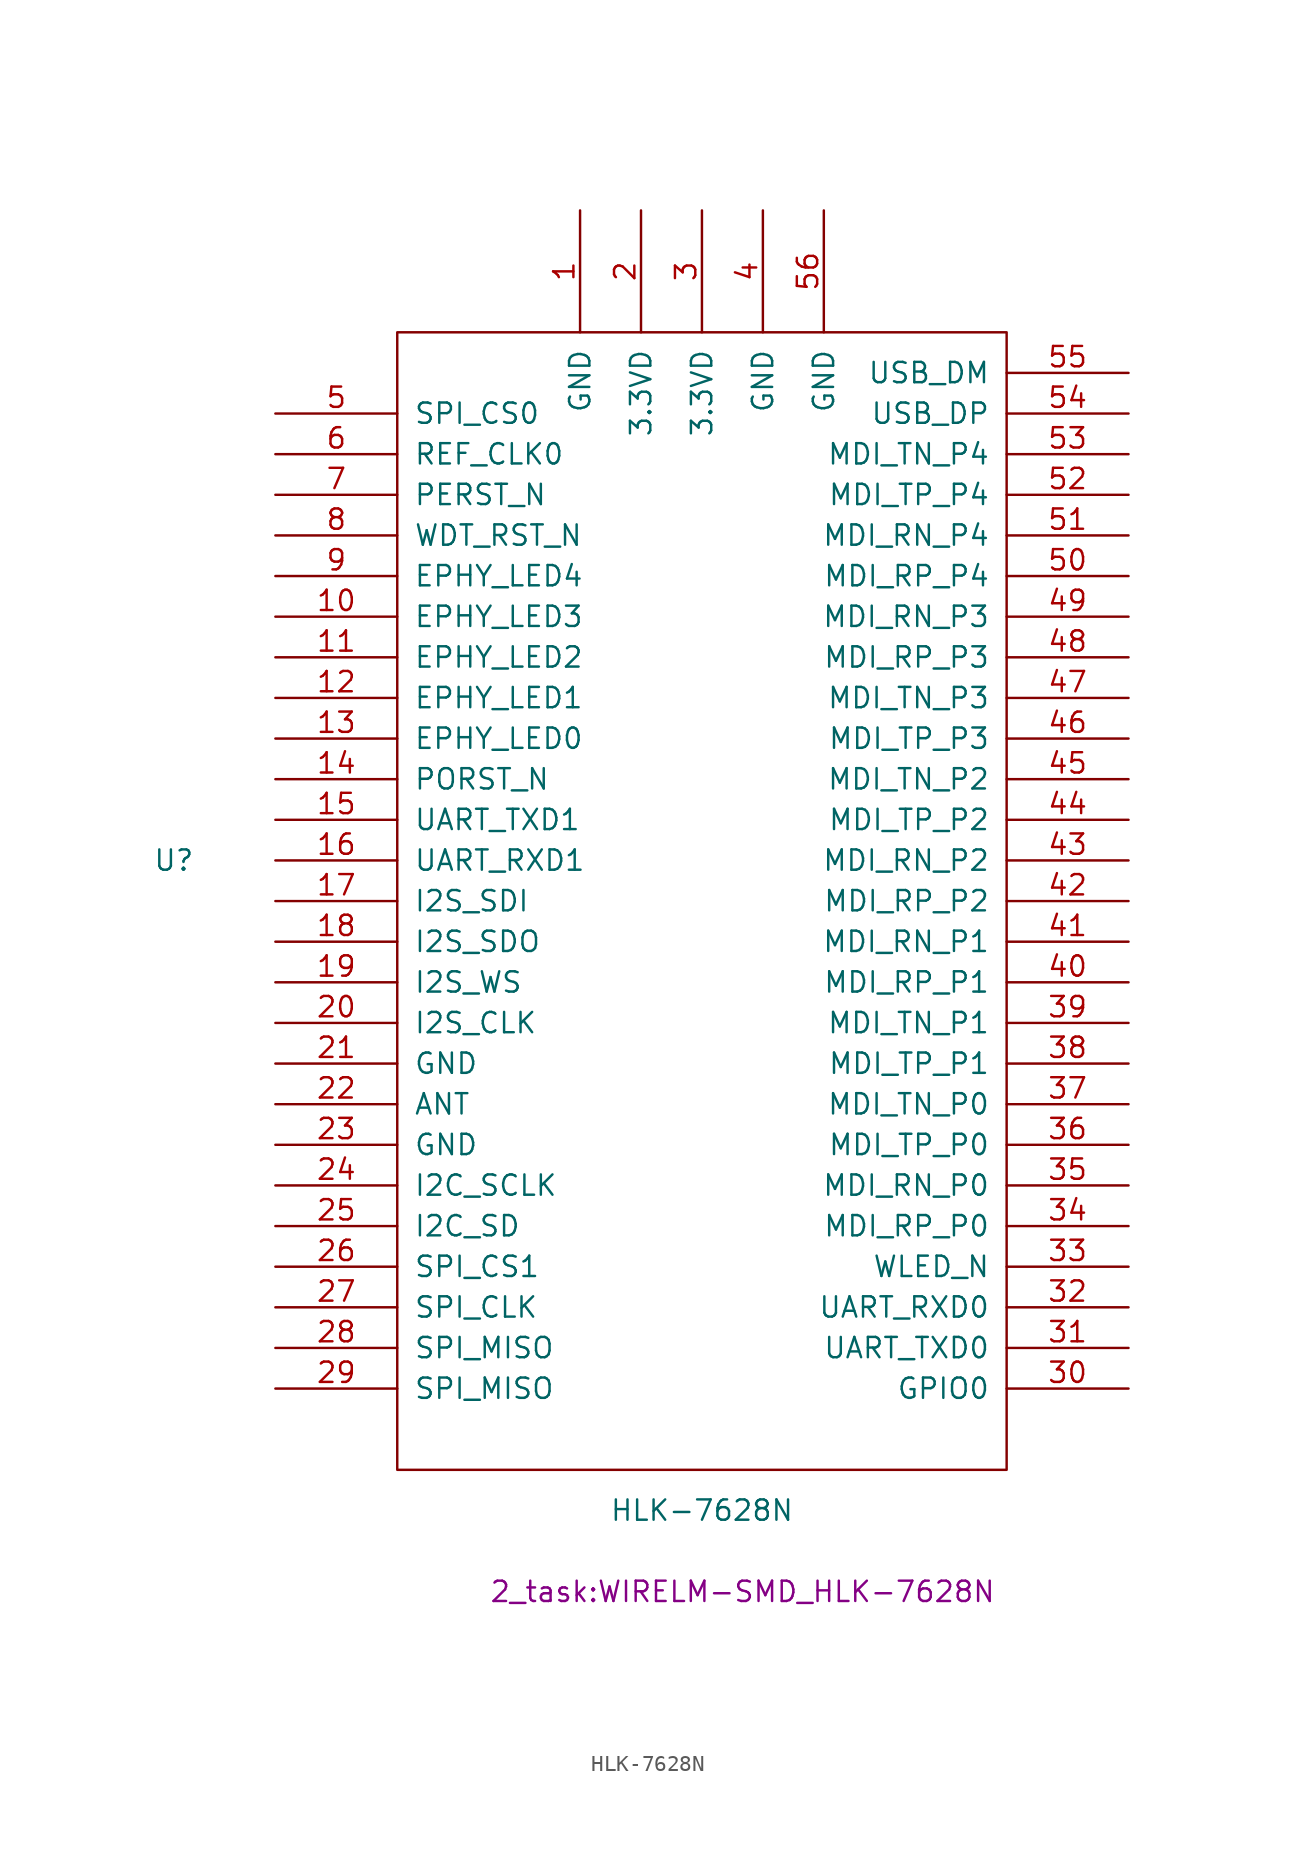
<source format=kicad_sym>
(kicad_symbol_lib
  (version 20211014)
  (generator kicad_symbol_editor)
  (symbol "HLK-7628N"
    (pin_names
      (offset 1.016))
    (property "Reference" "U"
      (at -33.02 -2.54 0)
      (effects (font (size 1.27 1.27))))
    (property "Value" "HLK-7628N"
      (at 0 -43.18 0)
      (effects (font (size 1.27 1.27))))
    (property "Footprint" "2_task:WIRELM-SMD_HLK-7628N"
      (at 2.54 -48.26 0)
      (effects (font (size 1.27 1.27))))
    (symbol "HLK-7628N_1_0"
      (rectangle (start -19.05 30.48) (end 19.05 -40.64) (stroke (width 0) (type default) (color 0 0 0 0)) (fill (type none))))
    (symbol "HLK-7628N_1_1"
      (pin power_in line (at -7.62 38.1 270) (length 7.62) (name "GND" (effects (font (size 1.27 1.27)))) (number "1" (effects (font (size 1.27 1.27)))))
      (pin bidirectional line (at -26.67 12.7 0) (length 7.62) (name "EPHY_LED3" (effects (font (size 1.27 1.27)))) (number "10" (effects (font (size 1.27 1.27)))))
      (pin bidirectional line (at -26.67 10.16 0) (length 7.62) (name "EPHY_LED2" (effects (font (size 1.27 1.27)))) (number "11" (effects (font (size 1.27 1.27)))))
      (pin bidirectional line (at -26.67 7.62 0) (length 7.62) (name "EPHY_LED1" (effects (font (size 1.27 1.27)))) (number "12" (effects (font (size 1.27 1.27)))))
      (pin bidirectional line (at -26.67 5.08 0) (length 7.62) (name "EPHY_LED0" (effects (font (size 1.27 1.27)))) (number "13" (effects (font (size 1.27 1.27)))))
      (pin bidirectional line (at -26.67 2.54 0) (length 7.62) (name "PORST_N" (effects (font (size 1.27 1.27)))) (number "14" (effects (font (size 1.27 1.27)))))
      (pin output line (at -26.67 0 0) (length 7.62) (name "UART_TXD1" (effects (font (size 1.27 1.27)))) (number "15" (effects (font (size 1.27 1.27)))))
      (pin input line (at -26.67 -2.54 0) (length 7.62) (name "UART_RXD1" (effects (font (size 1.27 1.27)))) (number "16" (effects (font (size 1.27 1.27)))))
      (pin bidirectional line (at -26.67 -5.08 0) (length 7.62) (name "I2S_SDI" (effects (font (size 1.27 1.27)))) (number "17" (effects (font (size 1.27 1.27)))))
      (pin bidirectional line (at -26.67 -7.62 0) (length 7.62) (name "I2S_SDO" (effects (font (size 1.27 1.27)))) (number "18" (effects (font (size 1.27 1.27)))))
      (pin bidirectional line (at -26.67 -10.16 0) (length 7.62) (name "I2S_WS" (effects (font (size 1.27 1.27)))) (number "19" (effects (font (size 1.27 1.27)))))
      (pin power_in line (at -3.81 38.1 270) (length 7.62) (name "3.3VD" (effects (font (size 1.27 1.27)))) (number "2" (effects (font (size 1.27 1.27)))))
      (pin bidirectional line (at -26.67 -12.7 0) (length 7.62) (name "I2S_CLK" (effects (font (size 1.27 1.27)))) (number "20" (effects (font (size 1.27 1.27)))))
      (pin power_in line (at -26.67 -15.24 0) (length 7.62) (name "GND" (effects (font (size 1.27 1.27)))) (number "21" (effects (font (size 1.27 1.27)))))
      (pin power_in line (at -26.67 -17.78 0) (length 7.62) (name "ANT" (effects (font (size 1.27 1.27)))) (number "22" (effects (font (size 1.27 1.27)))))
      (pin power_in line (at -26.67 -20.32 0) (length 7.62) (name "GND" (effects (font (size 1.27 1.27)))) (number "23" (effects (font (size 1.27 1.27)))))
      (pin bidirectional line (at -26.67 -22.86 0) (length 7.62) (name "I2C_SCLK" (effects (font (size 1.27 1.27)))) (number "24" (effects (font (size 1.27 1.27)))))
      (pin bidirectional line (at -26.67 -25.4 0) (length 7.62) (name "I2C_SD" (effects (font (size 1.27 1.27)))) (number "25" (effects (font (size 1.27 1.27)))))
      (pin bidirectional line (at -26.67 -27.94 0) (length 7.62) (name "SPI_CS1" (effects (font (size 1.27 1.27)))) (number "26" (effects (font (size 1.27 1.27)))))
      (pin bidirectional line (at -26.67 -30.48 0) (length 7.62) (name "SPI_CLK" (effects (font (size 1.27 1.27)))) (number "27" (effects (font (size 1.27 1.27)))))
      (pin bidirectional line (at -26.67 -33.02 0) (length 7.62) (name "SPI_MISO" (effects (font (size 1.27 1.27)))) (number "28" (effects (font (size 1.27 1.27)))))
      (pin bidirectional line (at -26.67 -35.56 0) (length 7.62) (name "SPI_MISO" (effects (font (size 1.27 1.27)))) (number "29" (effects (font (size 1.27 1.27)))))
      (pin power_in line (at 0 38.1 270) (length 7.62) (name "3.3VD" (effects (font (size 1.27 1.27)))) (number "3" (effects (font (size 1.27 1.27)))))
      (pin bidirectional line (at 26.67 -35.56 180) (length 7.62) (name "GPIO0" (effects (font (size 1.27 1.27)))) (number "30" (effects (font (size 1.27 1.27)))))
      (pin output line (at 26.67 -33.02 180) (length 7.62) (name "UART_TXD0" (effects (font (size 1.27 1.27)))) (number "31" (effects (font (size 1.27 1.27)))))
      (pin input line (at 26.67 -30.48 180) (length 7.62) (name "UART_RXD0" (effects (font (size 1.27 1.27)))) (number "32" (effects (font (size 1.27 1.27)))))
      (pin bidirectional line (at 26.67 -27.94 180) (length 7.62) (name "WLED_N" (effects (font (size 1.27 1.27)))) (number "33" (effects (font (size 1.27 1.27)))))
      (pin bidirectional line (at 26.67 -25.4 180) (length 7.62) (name "MDI_RP_P0" (effects (font (size 1.27 1.27)))) (number "34" (effects (font (size 1.27 1.27)))))
      (pin bidirectional line (at 26.67 -22.86 180) (length 7.62) (name "MDI_RN_P0" (effects (font (size 1.27 1.27)))) (number "35" (effects (font (size 1.27 1.27)))))
      (pin bidirectional line (at 26.67 -20.32 180) (length 7.62) (name "MDI_TP_P0" (effects (font (size 1.27 1.27)))) (number "36" (effects (font (size 1.27 1.27)))))
      (pin bidirectional line (at 26.67 -17.78 180) (length 7.62) (name "MDI_TN_P0" (effects (font (size 1.27 1.27)))) (number "37" (effects (font (size 1.27 1.27)))))
      (pin bidirectional line (at 26.67 -15.24 180) (length 7.62) (name "MDI_TP_P1" (effects (font (size 1.27 1.27)))) (number "38" (effects (font (size 1.27 1.27)))))
      (pin bidirectional line (at 26.67 -12.7 180) (length 7.62) (name "MDI_TN_P1" (effects (font (size 1.27 1.27)))) (number "39" (effects (font (size 1.27 1.27)))))
      (pin power_in line (at 3.81 38.1 270) (length 7.62) (name "GND" (effects (font (size 1.27 1.27)))) (number "4" (effects (font (size 1.27 1.27)))))
      (pin bidirectional line (at 26.67 -10.16 180) (length 7.62) (name "MDI_RP_P1" (effects (font (size 1.27 1.27)))) (number "40" (effects (font (size 1.27 1.27)))))
      (pin bidirectional line (at 26.67 -7.62 180) (length 7.62) (name "MDI_RN_P1" (effects (font (size 1.27 1.27)))) (number "41" (effects (font (size 1.27 1.27)))))
      (pin bidirectional line (at 26.67 -5.08 180) (length 7.62) (name "MDI_RP_P2" (effects (font (size 1.27 1.27)))) (number "42" (effects (font (size 1.27 1.27)))))
      (pin bidirectional line (at 26.67 -2.54 180) (length 7.62) (name "MDI_RN_P2" (effects (font (size 1.27 1.27)))) (number "43" (effects (font (size 1.27 1.27)))))
      (pin bidirectional line (at 26.67 0 180) (length 7.62) (name "MDI_TP_P2" (effects (font (size 1.27 1.27)))) (number "44" (effects (font (size 1.27 1.27)))))
      (pin bidirectional line (at 26.67 2.54 180) (length 7.62) (name "MDI_TN_P2" (effects (font (size 1.27 1.27)))) (number "45" (effects (font (size 1.27 1.27)))))
      (pin bidirectional line (at 26.67 5.08 180) (length 7.62) (name "MDI_TP_P3" (effects (font (size 1.27 1.27)))) (number "46" (effects (font (size 1.27 1.27)))))
      (pin bidirectional line (at 26.67 7.62 180) (length 7.62) (name "MDI_TN_P3" (effects (font (size 1.27 1.27)))) (number "47" (effects (font (size 1.27 1.27)))))
      (pin bidirectional line (at 26.67 10.16 180) (length 7.62) (name "MDI_RP_P3" (effects (font (size 1.27 1.27)))) (number "48" (effects (font (size 1.27 1.27)))))
      (pin bidirectional line (at 26.67 12.7 180) (length 7.62) (name "MDI_RN_P3" (effects (font (size 1.27 1.27)))) (number "49" (effects (font (size 1.27 1.27)))))
      (pin bidirectional line (at -26.67 25.4 0) (length 7.62) (name "SPI_CS0" (effects (font (size 1.27 1.27)))) (number "5" (effects (font (size 1.27 1.27)))))
      (pin bidirectional line (at 26.67 15.24 180) (length 7.62) (name "MDI_RP_P4" (effects (font (size 1.27 1.27)))) (number "50" (effects (font (size 1.27 1.27)))))
      (pin bidirectional line (at 26.67 17.78 180) (length 7.62) (name "MDI_RN_P4" (effects (font (size 1.27 1.27)))) (number "51" (effects (font (size 1.27 1.27)))))
      (pin bidirectional line (at 26.67 20.32 180) (length 7.62) (name "MDI_TP_P4" (effects (font (size 1.27 1.27)))) (number "52" (effects (font (size 1.27 1.27)))))
      (pin bidirectional line (at 26.67 22.86 180) (length 7.62) (name "MDI_TN_P4" (effects (font (size 1.27 1.27)))) (number "53" (effects (font (size 1.27 1.27)))))
      (pin bidirectional line (at 26.67 25.4 180) (length 7.62) (name "USB_DP" (effects (font (size 1.27 1.27)))) (number "54" (effects (font (size 1.27 1.27)))))
      (pin bidirectional line (at 26.67 27.94 180) (length 7.62) (name "USB_DM" (effects (font (size 1.27 1.27)))) (number "55" (effects (font (size 1.27 1.27)))))
      (pin power_in line (at 7.62 38.1 270) (length 7.62) (name "GND" (effects (font (size 1.27 1.27)))) (number "56" (effects (font (size 1.27 1.27)))))
      (pin bidirectional line (at -26.67 22.86 0) (length 7.62) (name "REF_CLK0" (effects (font (size 1.27 1.27)))) (number "6" (effects (font (size 1.27 1.27)))))
      (pin bidirectional line (at -26.67 20.32 0) (length 7.62) (name "PERST_N" (effects (font (size 1.27 1.27)))) (number "7" (effects (font (size 1.27 1.27)))))
      (pin bidirectional line (at -26.67 17.78 0) (length 7.62) (name "WDT_RST_N" (effects (font (size 1.27 1.27)))) (number "8" (effects (font (size 1.27 1.27)))))
      (pin bidirectional line (at -26.67 15.24 0) (length 7.62) (name "EPHY_LED4" (effects (font (size 1.27 1.27)))) (number "9" (effects (font (size 1.27 1.27))))))))
</source>
